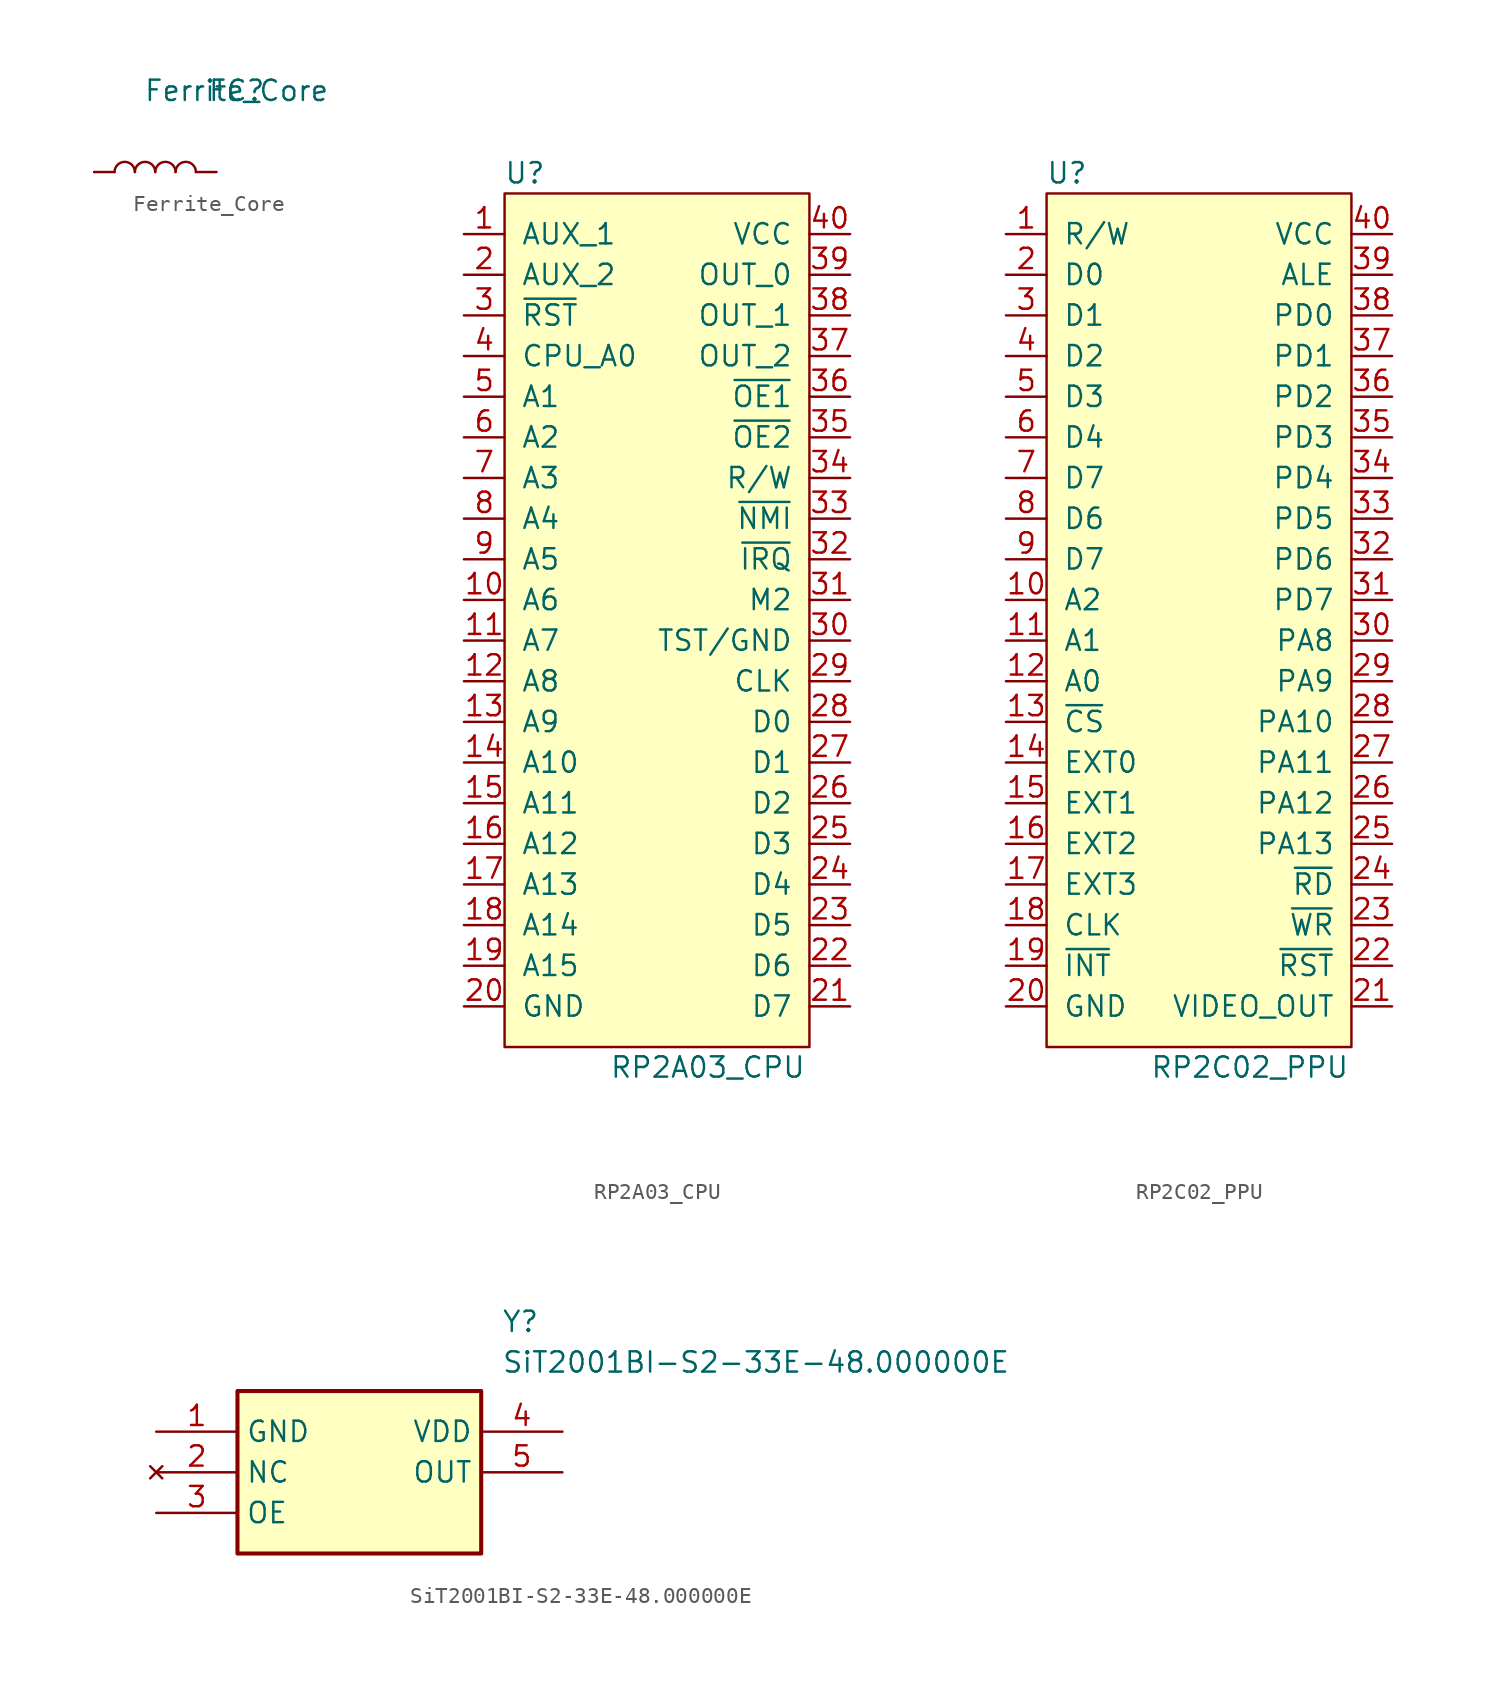
<source format=kicad_sym>
(kicad_symbol_lib
  (version 20231120)
  (generator "kicad_symbol_editor")
  (generator_version "8.0")
  (symbol "Ferrite_Core"
    (pin_names
      (offset 1.016))
    (property "Reference" "FC"
      (at 0 0 0)
      (effects (font (size 1.27 1.27))))
    (property "Value" "Ferrite_Core"
      (at 0 0 0)
      (effects (font (size 1.27 1.27))))
    (symbol "Ferrite_Core_0_1"
      (arc (start -6.35 -5.08) (mid -6.985 -4.445) (end -7.62 -5.08) (stroke (width 0) (type solid)) (fill (type none)))
      (arc (start -5.08 -5.08) (mid -5.715 -4.445) (end -6.35 -5.08) (stroke (width 0) (type solid)) (fill (type none)))
      (arc (start -3.81 -5.08) (mid -4.445 -4.445) (end -5.08 -5.08) (stroke (width 0) (type solid)) (fill (type none)))
      (arc (start -2.54 -5.08) (mid -3.175 -4.445) (end -3.81 -5.08) (stroke (width 0) (type solid)) (fill (type none)))
      (polyline (pts (xy -7.62 -5.08) (xy -8.89 -5.08)) (stroke (width 0) (type solid)) (fill (type none)))
      (polyline (pts (xy -2.54 -5.08) (xy -1.27 -5.08)) (stroke (width 0) (type solid)) (fill (type none))))
    (symbol "Ferrite_Core_1_1"
      (pin input line (at -8.89 -5.08 0) (length 0) (name "~" (effects (font (size 1.27 1.27)))) (number "~" (effects (font (size 1.27 1.27)))))
      (pin output line (at -1.27 -5.08 0) (length 0) (name "~" (effects (font (size 1.27 1.27)))) (number "~" (effects (font (size 1.27 1.27)))))))
  (symbol "RP2A03_CPU"
    (pin_names
      (offset 1.016))
    (property "Reference" "U"
      (at -8.89 27.94 0)
      (effects (font (size 1.27 1.27))))
    (property "Value" "RP2A03_CPU"
      (at 2.54 -27.94 0)
      (effects (font (size 1.27 1.27))))
    (symbol "RP2A03_CPU_0_1"
      (rectangle (start -10.16 26.67) (end 8.89 -26.67) (stroke (width 0) (type solid)) (fill (type background))))
    (symbol "RP2A03_CPU_1_1"
      (pin output line (at -12.7 24.13 0) (length 2.54) (name "AUX_1" (effects (font (size 1.27 1.27)))) (number "1" (effects (font (size 1.27 1.27)))))
      (pin output line (at -12.7 1.27 0) (length 2.54) (name "A6" (effects (font (size 1.27 1.27)))) (number "10" (effects (font (size 1.27 1.27)))))
      (pin output line (at -12.7 -1.27 0) (length 2.54) (name "A7" (effects (font (size 1.27 1.27)))) (number "11" (effects (font (size 1.27 1.27)))))
      (pin output line (at -12.7 -3.81 0) (length 2.54) (name "A8" (effects (font (size 1.27 1.27)))) (number "12" (effects (font (size 1.27 1.27)))))
      (pin output line (at -12.7 -6.35 0) (length 2.54) (name "A9" (effects (font (size 1.27 1.27)))) (number "13" (effects (font (size 1.27 1.27)))))
      (pin output line (at -12.7 -8.89 0) (length 2.54) (name "A10" (effects (font (size 1.27 1.27)))) (number "14" (effects (font (size 1.27 1.27)))))
      (pin output line (at -12.7 -11.43 0) (length 2.54) (name "A11" (effects (font (size 1.27 1.27)))) (number "15" (effects (font (size 1.27 1.27)))))
      (pin output line (at -12.7 -13.97 0) (length 2.54) (name "A12" (effects (font (size 1.27 1.27)))) (number "16" (effects (font (size 1.27 1.27)))))
      (pin output line (at -12.7 -16.51 0) (length 2.54) (name "A13" (effects (font (size 1.27 1.27)))) (number "17" (effects (font (size 1.27 1.27)))))
      (pin output line (at -12.7 -19.05 0) (length 2.54) (name "A14" (effects (font (size 1.27 1.27)))) (number "18" (effects (font (size 1.27 1.27)))))
      (pin output line (at -12.7 -21.59 0) (length 2.54) (name "A15" (effects (font (size 1.27 1.27)))) (number "19" (effects (font (size 1.27 1.27)))))
      (pin output line (at -12.7 21.59 0) (length 2.54) (name "AUX_2" (effects (font (size 1.27 1.27)))) (number "2" (effects (font (size 1.27 1.27)))))
      (pin passive line (at -12.7 -24.13 0) (length 2.54) (name "GND" (effects (font (size 1.27 1.27)))) (number "20" (effects (font (size 1.27 1.27)))))
      (pin bidirectional line (at 11.43 -24.13 180) (length 2.54) (name "D7" (effects (font (size 1.27 1.27)))) (number "21" (effects (font (size 1.27 1.27)))))
      (pin bidirectional line (at 11.43 -21.59 180) (length 2.54) (name "D6" (effects (font (size 1.27 1.27)))) (number "22" (effects (font (size 1.27 1.27)))))
      (pin bidirectional line (at 11.43 -19.05 180) (length 2.54) (name "D5" (effects (font (size 1.27 1.27)))) (number "23" (effects (font (size 1.27 1.27)))))
      (pin bidirectional line (at 11.43 -16.51 180) (length 2.54) (name "D4" (effects (font (size 1.27 1.27)))) (number "24" (effects (font (size 1.27 1.27)))))
      (pin bidirectional line (at 11.43 -13.97 180) (length 2.54) (name "D3" (effects (font (size 1.27 1.27)))) (number "25" (effects (font (size 1.27 1.27)))))
      (pin bidirectional line (at 11.43 -11.43 180) (length 2.54) (name "D2" (effects (font (size 1.27 1.27)))) (number "26" (effects (font (size 1.27 1.27)))))
      (pin bidirectional line (at 11.43 -8.89 180) (length 2.54) (name "D1" (effects (font (size 1.27 1.27)))) (number "27" (effects (font (size 1.27 1.27)))))
      (pin bidirectional line (at 11.43 -6.35 180) (length 2.54) (name "D0" (effects (font (size 1.27 1.27)))) (number "28" (effects (font (size 1.27 1.27)))))
      (pin input line (at 11.43 -3.81 180) (length 2.54) (name "CLK" (effects (font (size 1.27 1.27)))) (number "29" (effects (font (size 1.27 1.27)))))
      (pin input line (at -12.7 19.05 0) (length 2.54) (name "~{RST}" (effects (font (size 1.27 1.27)))) (number "3" (effects (font (size 1.27 1.27)))))
      (pin input line (at 11.43 -1.27 180) (length 2.54) (name "TST/GND" (effects (font (size 1.27 1.27)))) (number "30" (effects (font (size 1.27 1.27)))))
      (pin output line (at 11.43 1.27 180) (length 2.54) (name "M2" (effects (font (size 1.27 1.27)))) (number "31" (effects (font (size 1.27 1.27)))))
      (pin input line (at 11.43 3.81 180) (length 2.54) (name "~{IRQ}" (effects (font (size 1.27 1.27)))) (number "32" (effects (font (size 1.27 1.27)))))
      (pin input line (at 11.43 6.35 180) (length 2.54) (name "~{NMI}" (effects (font (size 1.27 1.27)))) (number "33" (effects (font (size 1.27 1.27)))))
      (pin output line (at 11.43 8.89 180) (length 2.54) (name "R/W" (effects (font (size 1.27 1.27)))) (number "34" (effects (font (size 1.27 1.27)))))
      (pin output line (at 11.43 11.43 180) (length 2.54) (name "~{OE2}" (effects (font (size 1.27 1.27)))) (number "35" (effects (font (size 1.27 1.27)))))
      (pin output line (at 11.43 13.97 180) (length 2.54) (name "~{OE1}" (effects (font (size 1.27 1.27)))) (number "36" (effects (font (size 1.27 1.27)))))
      (pin output line (at 11.43 16.51 180) (length 2.54) (name "OUT_2" (effects (font (size 1.27 1.27)))) (number "37" (effects (font (size 1.27 1.27)))))
      (pin output line (at 11.43 19.05 180) (length 2.54) (name "OUT_1" (effects (font (size 1.27 1.27)))) (number "38" (effects (font (size 1.27 1.27)))))
      (pin output line (at 11.43 21.59 180) (length 2.54) (name "OUT_0" (effects (font (size 1.27 1.27)))) (number "39" (effects (font (size 1.27 1.27)))))
      (pin output line (at -12.7 16.51 0) (length 2.54) (name "CPU_A0" (effects (font (size 1.27 1.27)))) (number "4" (effects (font (size 1.27 1.27)))))
      (pin passive line (at 11.43 24.13 180) (length 2.54) (name "VCC" (effects (font (size 1.27 1.27)))) (number "40" (effects (font (size 1.27 1.27)))))
      (pin output line (at -12.7 13.97 0) (length 2.54) (name "A1" (effects (font (size 1.27 1.27)))) (number "5" (effects (font (size 1.27 1.27)))))
      (pin output line (at -12.7 11.43 0) (length 2.54) (name "A2" (effects (font (size 1.27 1.27)))) (number "6" (effects (font (size 1.27 1.27)))))
      (pin output line (at -12.7 8.89 0) (length 2.54) (name "A3" (effects (font (size 1.27 1.27)))) (number "7" (effects (font (size 1.27 1.27)))))
      (pin output line (at -12.7 6.35 0) (length 2.54) (name "A4" (effects (font (size 1.27 1.27)))) (number "8" (effects (font (size 1.27 1.27)))))
      (pin output line (at -12.7 3.81 0) (length 2.54) (name "A5" (effects (font (size 1.27 1.27)))) (number "9" (effects (font (size 1.27 1.27)))))))
  (symbol "RP2C02_PPU"
    (pin_names
      (offset 1.016))
    (property "Reference" "U"
      (at -8.89 27.94 0)
      (effects (font (size 1.27 1.27))))
    (property "Value" "RP2C02_PPU"
      (at 2.54 -27.94 0)
      (effects (font (size 1.27 1.27))))
    (symbol "RP2C02_PPU_0_1"
      (rectangle (start 8.89 26.67) (end -10.16 -26.67) (stroke (width 0) (type solid)) (fill (type background))))
    (symbol "RP2C02_PPU_1_1"
      (pin input line (at -12.7 24.13 0) (length 2.54) (name "R/W" (effects (font (size 1.27 1.27)))) (number "1" (effects (font (size 1.27 1.27)))))
      (pin input line (at -12.7 1.27 0) (length 2.54) (name "A2" (effects (font (size 1.27 1.27)))) (number "10" (effects (font (size 1.27 1.27)))))
      (pin input line (at -12.7 -1.27 0) (length 2.54) (name "A1" (effects (font (size 1.27 1.27)))) (number "11" (effects (font (size 1.27 1.27)))))
      (pin input line (at -12.7 -3.81 0) (length 2.54) (name "A0" (effects (font (size 1.27 1.27)))) (number "12" (effects (font (size 1.27 1.27)))))
      (pin input line (at -12.7 -6.35 0) (length 2.54) (name "~{CS}" (effects (font (size 1.27 1.27)))) (number "13" (effects (font (size 1.27 1.27)))))
      (pin bidirectional line (at -12.7 -8.89 0) (length 2.54) (name "EXT0" (effects (font (size 1.27 1.27)))) (number "14" (effects (font (size 1.27 1.27)))))
      (pin bidirectional line (at -12.7 -11.43 0) (length 2.54) (name "EXT1" (effects (font (size 1.27 1.27)))) (number "15" (effects (font (size 1.27 1.27)))))
      (pin bidirectional line (at -12.7 -13.97 0) (length 2.54) (name "EXT2" (effects (font (size 1.27 1.27)))) (number "16" (effects (font (size 1.27 1.27)))))
      (pin bidirectional line (at -12.7 -16.51 0) (length 2.54) (name "EXT3" (effects (font (size 1.27 1.27)))) (number "17" (effects (font (size 1.27 1.27)))))
      (pin input line (at -12.7 -19.05 0) (length 2.54) (name "CLK" (effects (font (size 1.27 1.27)))) (number "18" (effects (font (size 1.27 1.27)))))
      (pin output line (at -12.7 -21.59 0) (length 2.54) (name "~{INT}" (effects (font (size 1.27 1.27)))) (number "19" (effects (font (size 1.27 1.27)))))
      (pin bidirectional line (at -12.7 21.59 0) (length 2.54) (name "D0" (effects (font (size 1.27 1.27)))) (number "2" (effects (font (size 1.27 1.27)))))
      (pin passive line (at -12.7 -24.13 0) (length 2.54) (name "GND" (effects (font (size 1.27 1.27)))) (number "20" (effects (font (size 1.27 1.27)))))
      (pin output line (at 11.43 -24.13 180) (length 2.54) (name "VIDEO_OUT" (effects (font (size 1.27 1.27)))) (number "21" (effects (font (size 1.27 1.27)))))
      (pin input line (at 11.43 -21.59 180) (length 2.54) (name "~{RST}" (effects (font (size 1.27 1.27)))) (number "22" (effects (font (size 1.27 1.27)))))
      (pin output line (at 11.43 -19.05 180) (length 2.54) (name "~{WR}" (effects (font (size 1.27 1.27)))) (number "23" (effects (font (size 1.27 1.27)))))
      (pin input line (at 11.43 -16.51 180) (length 2.54) (name "~{RD}" (effects (font (size 1.27 1.27)))) (number "24" (effects (font (size 1.27 1.27)))))
      (pin output line (at 11.43 -13.97 180) (length 2.54) (name "PA13" (effects (font (size 1.27 1.27)))) (number "25" (effects (font (size 1.27 1.27)))))
      (pin output line (at 11.43 -11.43 180) (length 2.54) (name "PA12" (effects (font (size 1.27 1.27)))) (number "26" (effects (font (size 1.27 1.27)))))
      (pin output line (at 11.43 -8.89 180) (length 2.54) (name "PA11" (effects (font (size 1.27 1.27)))) (number "27" (effects (font (size 1.27 1.27)))))
      (pin output line (at 11.43 -6.35 180) (length 2.54) (name "PA10" (effects (font (size 1.27 1.27)))) (number "28" (effects (font (size 1.27 1.27)))))
      (pin output line (at 11.43 -3.81 180) (length 2.54) (name "PA9" (effects (font (size 1.27 1.27)))) (number "29" (effects (font (size 1.27 1.27)))))
      (pin bidirectional line (at -12.7 19.05 0) (length 2.54) (name "D1" (effects (font (size 1.27 1.27)))) (number "3" (effects (font (size 1.27 1.27)))))
      (pin output line (at 11.43 -1.27 180) (length 2.54) (name "PA8" (effects (font (size 1.27 1.27)))) (number "30" (effects (font (size 1.27 1.27)))))
      (pin bidirectional line (at 11.43 1.27 180) (length 2.54) (name "PD7" (effects (font (size 1.27 1.27)))) (number "31" (effects (font (size 1.27 1.27)))))
      (pin bidirectional line (at 11.43 3.81 180) (length 2.54) (name "PD6" (effects (font (size 1.27 1.27)))) (number "32" (effects (font (size 1.27 1.27)))))
      (pin bidirectional line (at 11.43 6.35 180) (length 2.54) (name "PD5" (effects (font (size 1.27 1.27)))) (number "33" (effects (font (size 1.27 1.27)))))
      (pin bidirectional line (at 11.43 8.89 180) (length 2.54) (name "PD4" (effects (font (size 1.27 1.27)))) (number "34" (effects (font (size 1.27 1.27)))))
      (pin bidirectional line (at 11.43 11.43 180) (length 2.54) (name "PD3" (effects (font (size 1.27 1.27)))) (number "35" (effects (font (size 1.27 1.27)))))
      (pin bidirectional line (at 11.43 13.97 180) (length 2.54) (name "PD2" (effects (font (size 1.27 1.27)))) (number "36" (effects (font (size 1.27 1.27)))))
      (pin bidirectional line (at 11.43 16.51 180) (length 2.54) (name "PD1" (effects (font (size 1.27 1.27)))) (number "37" (effects (font (size 1.27 1.27)))))
      (pin bidirectional line (at 11.43 19.05 180) (length 2.54) (name "PD0" (effects (font (size 1.27 1.27)))) (number "38" (effects (font (size 1.27 1.27)))))
      (pin output line (at 11.43 21.59 180) (length 2.54) (name "ALE" (effects (font (size 1.27 1.27)))) (number "39" (effects (font (size 1.27 1.27)))))
      (pin bidirectional line (at -12.7 16.51 0) (length 2.54) (name "D2" (effects (font (size 1.27 1.27)))) (number "4" (effects (font (size 1.27 1.27)))))
      (pin passive line (at 11.43 24.13 180) (length 2.54) (name "VCC" (effects (font (size 1.27 1.27)))) (number "40" (effects (font (size 1.27 1.27)))))
      (pin bidirectional line (at -12.7 13.97 0) (length 2.54) (name "D3" (effects (font (size 1.27 1.27)))) (number "5" (effects (font (size 1.27 1.27)))))
      (pin bidirectional line (at -12.7 11.43 0) (length 2.54) (name "D4" (effects (font (size 1.27 1.27)))) (number "6" (effects (font (size 1.27 1.27)))))
      (pin bidirectional line (at -12.7 8.89 0) (length 2.54) (name "D7" (effects (font (size 1.27 1.27)))) (number "7" (effects (font (size 1.27 1.27)))))
      (pin bidirectional line (at -12.7 6.35 0) (length 2.54) (name "D6" (effects (font (size 1.27 1.27)))) (number "8" (effects (font (size 1.27 1.27)))))
      (pin bidirectional line (at -12.7 3.81 0) (length 2.54) (name "D7" (effects (font (size 1.27 1.27)))) (number "9" (effects (font (size 1.27 1.27)))))))
  (symbol "SiT2001BI-S2-33E-48.000000E"
    (property "Reference" "Y"
      (at 21.59 7.62 0)
      (effects (font (size 1.27 1.27)) (justify left top)))
    (property "Value" "SiT2001BI-S2-33E-48.000000E"
      (at 21.59 5.08 0)
      (effects (font (size 1.27 1.27)) (justify left top)))
    (symbol "SiT2001BI-S2-33E-48.000000E_1_1"
      (rectangle (start 5.08 2.54) (end 20.32 -7.62) (stroke (width 0.254) (type default)) (fill (type background)))
      (pin passive line (at 0 0 0) (length 5.08) (name "GND" (effects (font (size 1.27 1.27)))) (number "1" (effects (font (size 1.27 1.27)))))
      (pin no_connect line (at 0 -2.54 0) (length 5.08) (name "NC" (effects (font (size 1.27 1.27)))) (number "2" (effects (font (size 1.27 1.27)))))
      (pin passive line (at 0 -5.08 0) (length 5.08) (name "OE" (effects (font (size 1.27 1.27)))) (number "3" (effects (font (size 1.27 1.27)))))
      (pin passive line (at 25.4 0 180) (length 5.08) (name "VDD" (effects (font (size 1.27 1.27)))) (number "4" (effects (font (size 1.27 1.27)))))
      (pin passive line (at 25.4 -2.54 180) (length 5.08) (name "OUT" (effects (font (size 1.27 1.27)))) (number "5" (effects (font (size 1.27 1.27))))))))
</source>
